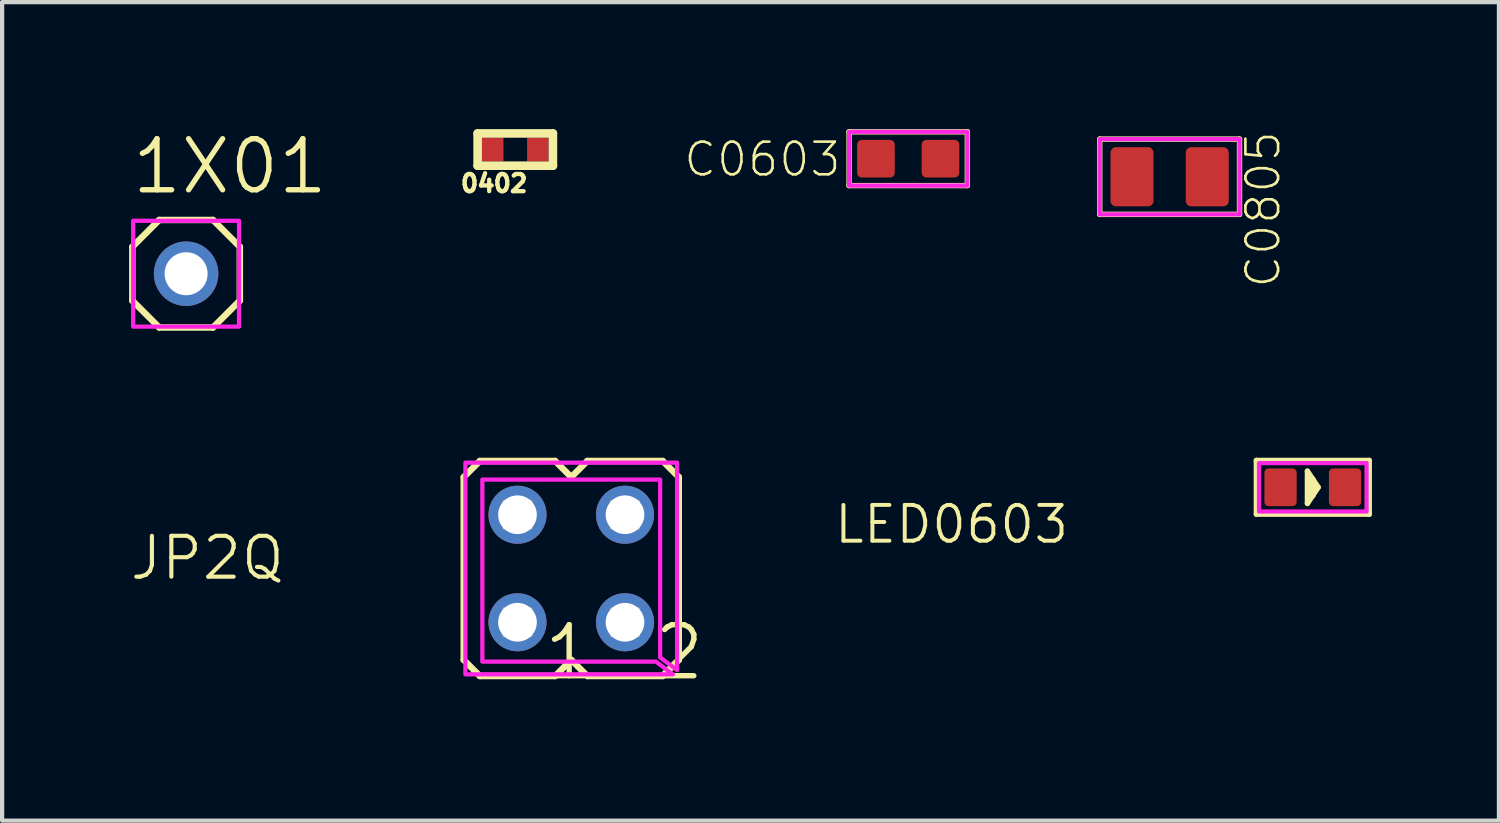
<source format=kicad_pcb>
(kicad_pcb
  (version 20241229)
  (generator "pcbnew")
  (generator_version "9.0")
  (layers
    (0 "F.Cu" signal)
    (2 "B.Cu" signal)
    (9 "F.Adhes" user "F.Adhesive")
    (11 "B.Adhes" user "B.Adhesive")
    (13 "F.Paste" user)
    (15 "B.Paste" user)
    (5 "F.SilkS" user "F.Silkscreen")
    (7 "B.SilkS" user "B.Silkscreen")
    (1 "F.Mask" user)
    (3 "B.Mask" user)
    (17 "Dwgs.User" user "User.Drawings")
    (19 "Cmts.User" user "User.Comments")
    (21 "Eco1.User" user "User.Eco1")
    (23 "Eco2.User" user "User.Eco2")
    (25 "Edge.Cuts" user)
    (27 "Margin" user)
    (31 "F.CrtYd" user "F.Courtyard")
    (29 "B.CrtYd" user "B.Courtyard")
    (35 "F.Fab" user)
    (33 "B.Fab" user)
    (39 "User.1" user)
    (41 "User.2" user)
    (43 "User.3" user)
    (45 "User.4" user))
  (footprint "0402"
    (layer "F.Cu")
    (at 9.122 0.483)
    (property "Reference" "0402" (at -0.5 0.8 0) (layer "F.SilkS") (effects (font (size 0.406 0.406) (thickness 0.102))))
    (attr through_hole)
    (fp_line (start -0.889 -0.381) (end 0.889 -0.381) (stroke (width 0.203) (type solid)) (layer "F.SilkS"))
    (fp_line (start -0.889 0.381) (end -0.889 -0.381) (stroke (width 0.203) (type solid)) (layer "F.SilkS"))
    (fp_line (start 0.889 -0.381) (end 0.889 0.381) (stroke (width 0.203) (type solid)) (layer "F.SilkS"))
    (fp_line (start 0.889 0.381) (end -0.889 0.381) (stroke (width 0.203) (type solid)) (layer "F.SilkS"))
    (pad "1" smd rect (at -0.533 0) (size 0.508 0.559) (layers "F.Cu" "F.Mask" "F.Paste"))
    (pad "2" smd rect (at 0.533 0) (size 0.508 0.559) (layers "F.Cu" "F.Mask" "F.Paste")))
  (footprint "1X01"
    (layer "F.Cu")
    (at 1.346 3.416)
    (property "Reference" "1X01" (at -1.346 -1.829 0) (layer "F.SilkS") (effects (font (size 1.206 1.206) (thickness 0.127)) (justify left bottom)))
    (attr through_hole)
    (fp_line (start -1.27 -0.635) (end -1.27 0.635) (stroke (width 0.152) (type solid)) (layer "F.SilkS"))
    (fp_line (start -1.27 0.635) (end -0.635 1.27) (stroke (width 0.152) (type solid)) (layer "F.SilkS"))
    (fp_line (start -0.635 -1.27) (end -1.27 -0.635) (stroke (width 0.152) (type solid)) (layer "F.SilkS"))
    (fp_line (start -0.635 -1.27) (end 0.635 -1.27) (stroke (width 0.152) (type solid)) (layer "F.SilkS"))
    (fp_line (start 0.635 -1.27) (end 1.27 -0.635) (stroke (width 0.152) (type solid)) (layer "F.SilkS"))
    (fp_line (start 0.635 1.27) (end -0.635 1.27) (stroke (width 0.152) (type solid)) (layer "F.SilkS"))
    (fp_line (start 1.27 -0.635) (end 1.27 0.635) (stroke (width 0.152) (type solid)) (layer "F.SilkS"))
    (fp_line (start 1.27 0.635) (end 0.635 1.27) (stroke (width 0.152) (type solid)) (layer "F.SilkS"))
    (fp_poly (pts (xy 1.25 1.25) (xy -1.25 1.25) (xy -1.25 -1.25) (xy 1.25 -1.25)) (stroke (width 0.1) (type solid)) (fill no) (layer "F.CrtYd"))
    (fp_poly (pts (xy -0.254 0.254) (xy 0.254 0.254) (xy 0.254 -0.254) (xy -0.254 -0.254)) (stroke (width 0.1) (type solid)) (fill no) (layer "F.Fab"))
    (pad "1" thru_hole circle (at 0 0) (size 1.524 1.524) (drill 1.016) (layers "*.Cu" "*.Mask")))
  (footprint "C0805"
    (layer "F.Cu")
    (at 24.579 1.125)
    (property "Reference" "C0805" (at 1.756 -1.125 90) (layer "F.SilkS") (effects (font (size 0.772 0.772) (thickness 0.062)) (justify right top)))
    (attr smd)
    (fp_line (start -1.651 -0.889) (end 1.651 -0.889) (stroke (width 0.127) (type solid)) (layer "F.SilkS"))
    (fp_line (start -1.651 0.889) (end -1.651 -0.889) (stroke (width 0.127) (type solid)) (layer "F.SilkS"))
    (fp_line (start 1.651 -0.889) (end 1.651 0.889) (stroke (width 0.127) (type solid)) (layer "F.SilkS"))
    (fp_line (start 1.651 0.889) (end -1.651 0.889) (stroke (width 0.127) (type solid)) (layer "F.SilkS"))
    (fp_poly (pts (xy -1.651 0.889) (xy 1.651 0.889) (xy 1.651 -0.889) (xy -1.651 -0.889)) (stroke (width 0.1) (type solid)) (fill no) (layer "F.CrtYd"))
    (pad "1" smd roundrect (at -0.889 0) (size 1.016 1.397) (layers "F.Cu" "F.Mask" "F.Paste") (roundrect_rratio 0.125))
    (pad "2" smd roundrect (at 0.889 0) (size 1.016 1.397) (layers "F.Cu" "F.Mask" "F.Paste") (roundrect_rratio 0.125)))
  (footprint "JP2Q"
    (layer "F.Cu")
    (at 10.444 10.379)
    (property "Reference" "JP2Q" (at -6.717 -0.813 180) (layer "F.SilkS") (effects (font (size 0.965 0.965) (thickness 0.097)) (justify right top)))
    (attr through_hole)
    (fp_line (start -2.54 -2.159) (end -2.159 -2.54) (stroke (width 0.152) (type solid)) (layer "F.SilkS"))
    (fp_line (start -2.54 2.159) (end -2.54 -2.159) (stroke (width 0.152) (type solid)) (layer "F.SilkS"))
    (fp_line (start -2.54 2.159) (end -2.159 2.54) (stroke (width 0.152) (type solid)) (layer "F.SilkS"))
    (fp_line (start -2.159 -2.54) (end -0.381 -2.54) (stroke (width 0.152) (type solid)) (layer "F.SilkS"))
    (fp_line (start -2.159 2.54) (end -0.381 2.54) (stroke (width 0.152) (type solid)) (layer "F.SilkS"))
    (fp_line (start -0.381 -2.54) (end 0 -2.159) (stroke (width 0.152) (type solid)) (layer "F.SilkS"))
    (fp_line (start 0 -2.159) (end 0.381 -2.54) (stroke (width 0.152) (type solid)) (layer "F.SilkS"))
    (fp_line (start 0 2.159) (end -0.381 2.54) (stroke (width 0.152) (type solid)) (layer "F.SilkS"))
    (fp_line (start 0 2.159) (end 0.381 2.54) (stroke (width 0.152) (type solid)) (layer "F.SilkS"))
    (fp_line (start 0.381 -2.54) (end 2.159 -2.54) (stroke (width 0.152) (type solid)) (layer "F.SilkS"))
    (fp_line (start 2.159 2.54) (end 0.381 2.54) (stroke (width 0.152) (type solid)) (layer "F.SilkS"))
    (fp_line (start 2.54 -2.159) (end 2.159 -2.54) (stroke (width 0.152) (type solid)) (layer "F.SilkS"))
    (fp_line (start 2.54 -2.159) (end 2.54 2.159) (stroke (width 0.152) (type solid)) (layer "F.SilkS"))
    (fp_line (start 2.54 2.159) (end 2.159 2.54) (stroke (width 0.152) (type solid)) (layer "F.SilkS"))
    (fp_poly (pts (xy 2.5 2.4) (xy 2.1 2.1) (xy 2.1 -2.1) (xy -2.1 -2.1) (xy -2.1 2.2) (xy 2 2.2) (xy 2.4 2.5) (xy -2.5 2.5) (xy -2.5 -2.5) (xy 2.5 -2.5)) (stroke (width 0.1) (type solid)) (fill no) (layer "F.CrtYd"))
    (fp_poly (pts (xy -1.575 -0.965) (xy -0.965 -0.965) (xy -0.965 -1.575) (xy -1.575 -1.575)) (stroke (width 0.1) (type solid)) (fill no) (layer "F.Fab"))
    (fp_poly (pts (xy -1.575 1.575) (xy -0.965 1.575) (xy -0.965 0.965) (xy -1.575 0.965)) (stroke (width 0.1) (type solid)) (fill no) (layer "F.Fab"))
    (fp_poly (pts (xy 0.965 -0.965) (xy 1.575 -0.965) (xy 1.575 -1.575) (xy 0.965 -1.575)) (stroke (width 0.1) (type solid)) (fill no) (layer "F.Fab"))
    (fp_poly (pts (xy 0.965 1.575) (xy 1.575 1.575) (xy 1.575 0.965) (xy 0.965 0.965)) (stroke (width 0.1) (type solid)) (fill no) (layer "F.Fab"))
    (fp_text user "1" (at -0.707 2.687 0) (layer "F.SilkS") (effects (font (size 1.206 1.206) (thickness 0.127)) (justify left bottom)))
    (fp_text user "2" (at 1.893 2.687 0) (layer "F.SilkS") (effects (font (size 1.206 1.206) (thickness 0.127)) (justify left bottom)))
    (pad "1" thru_hole circle (at -1.27 1.27) (size 1.372 1.372) (drill 0.914) (layers "*.Cu" "*.Mask"))
    (pad "2" thru_hole circle (at 1.27 1.27) (size 1.372 1.372) (drill 0.914) (layers "*.Cu" "*.Mask"))
    (pad "3" thru_hole circle (at -1.27 -1.27) (size 1.372 1.372) (drill 0.914) (layers "*.Cu" "*.Mask"))
    (pad "4" thru_hole circle (at 1.27 -1.27) (size 1.372 1.372) (drill 0.914) (layers "*.Cu" "*.Mask")))
  (footprint "C0603"
    (layer "F.Cu")
    (at 18.404 0.699)
    (property "Reference" "C0603" (at -1.547 -0.437 0) (layer "F.SilkS") (effects (font (size 0.772 0.772) (thickness 0.062)) (justify right top)))
    (attr smd)
    (fp_line (start -1.397 -0.635) (end 1.397 -0.635) (stroke (width 0.127) (type solid)) (layer "F.SilkS"))
    (fp_line (start -1.397 0.635) (end -1.397 -0.635) (stroke (width 0.127) (type solid)) (layer "F.SilkS"))
    (fp_line (start 1.397 -0.635) (end 1.397 0.635) (stroke (width 0.127) (type solid)) (layer "F.SilkS"))
    (fp_line (start 1.397 0.635) (end -1.397 0.635) (stroke (width 0.127) (type solid)) (layer "F.SilkS"))
    (fp_poly (pts (xy -1.397 0.635) (xy 1.397 0.635) (xy 1.397 -0.635) (xy -1.397 -0.635)) (stroke (width 0.1) (type solid)) (fill no) (layer "F.CrtYd"))
    (pad "1" smd roundrect (at -0.762 0) (size 0.889 0.889) (layers "F.Cu" "F.Mask" "F.Paste") (roundrect_rratio 0.125))
    (pad "2" smd roundrect (at 0.762 0) (size 0.889 0.889) (layers "F.Cu" "F.Mask" "F.Paste") (roundrect_rratio 0.125)))
  (footprint "LED0603"
    (layer "F.Cu")
    (at 27.961 8.461)
    (property "Reference" "LED0603" (at -5.715 0.381 180) (layer "F.SilkS") (effects (font (size 0.845 0.845) (thickness 0.093)) (justify right top)))
    (attr smd)
    (fp_line (start -1.333 -0.635) (end 1.333 -0.635) (stroke (width 0.127) (type solid)) (layer "F.SilkS"))
    (fp_line (start -1.333 0.635) (end -1.333 -0.635) (stroke (width 0.127) (type solid)) (layer "F.SilkS"))
    (fp_line (start -0.127 -0.381) (end -0.127 0.381) (stroke (width 0.127) (type solid)) (layer "F.SilkS"))
    (fp_line (start -0.127 0.381) (end 0 0.191) (stroke (width 0.127) (type solid)) (layer "F.SilkS"))
    (fp_line (start -0.064 -0.254) (end -0.064 0.254) (stroke (width 0.127) (type solid)) (layer "F.SilkS"))
    (fp_line (start 0 -0.191) (end -0.127 -0.381) (stroke (width 0.127) (type solid)) (layer "F.SilkS"))
    (fp_line (start 0 -0.191) (end 0 0.191) (stroke (width 0.127) (type solid)) (layer "F.SilkS"))
    (fp_line (start 0 0.191) (end 0.127 0) (stroke (width 0.127) (type solid)) (layer "F.SilkS"))
    (fp_line (start 0.127 0) (end 0 -0.191) (stroke (width 0.127) (type solid)) (layer "F.SilkS"))
    (fp_line (start 1.333 -0.635) (end 1.333 0.635) (stroke (width 0.127) (type solid)) (layer "F.SilkS"))
    (fp_line (start 1.333 0.635) (end -1.333 0.635) (stroke (width 0.127) (type solid)) (layer "F.SilkS"))
    (fp_poly (pts (xy -1.27 0.572) (xy 1.27 0.572) (xy 1.27 -0.572) (xy -1.27 -0.572)) (stroke (width 0.1) (type solid)) (fill no) (layer "F.CrtYd"))
    (pad "+" smd roundrect (at -0.762 0) (size 0.762 0.889) (layers "F.Cu" "F.Mask" "F.Paste") (roundrect_rratio 0.125))
    (pad "-" smd roundrect (at 0.762 0) (size 0.762 0.889) (layers "F.Cu" "F.Mask" "F.Paste") (roundrect_rratio 0.125)))
  (gr_rect
    (start -3 -3)
    (end 32.358 16.335)
    (stroke (width 0.1) (type default))
    (fill no)
    (layer "Edge.Cuts")))
</source>
